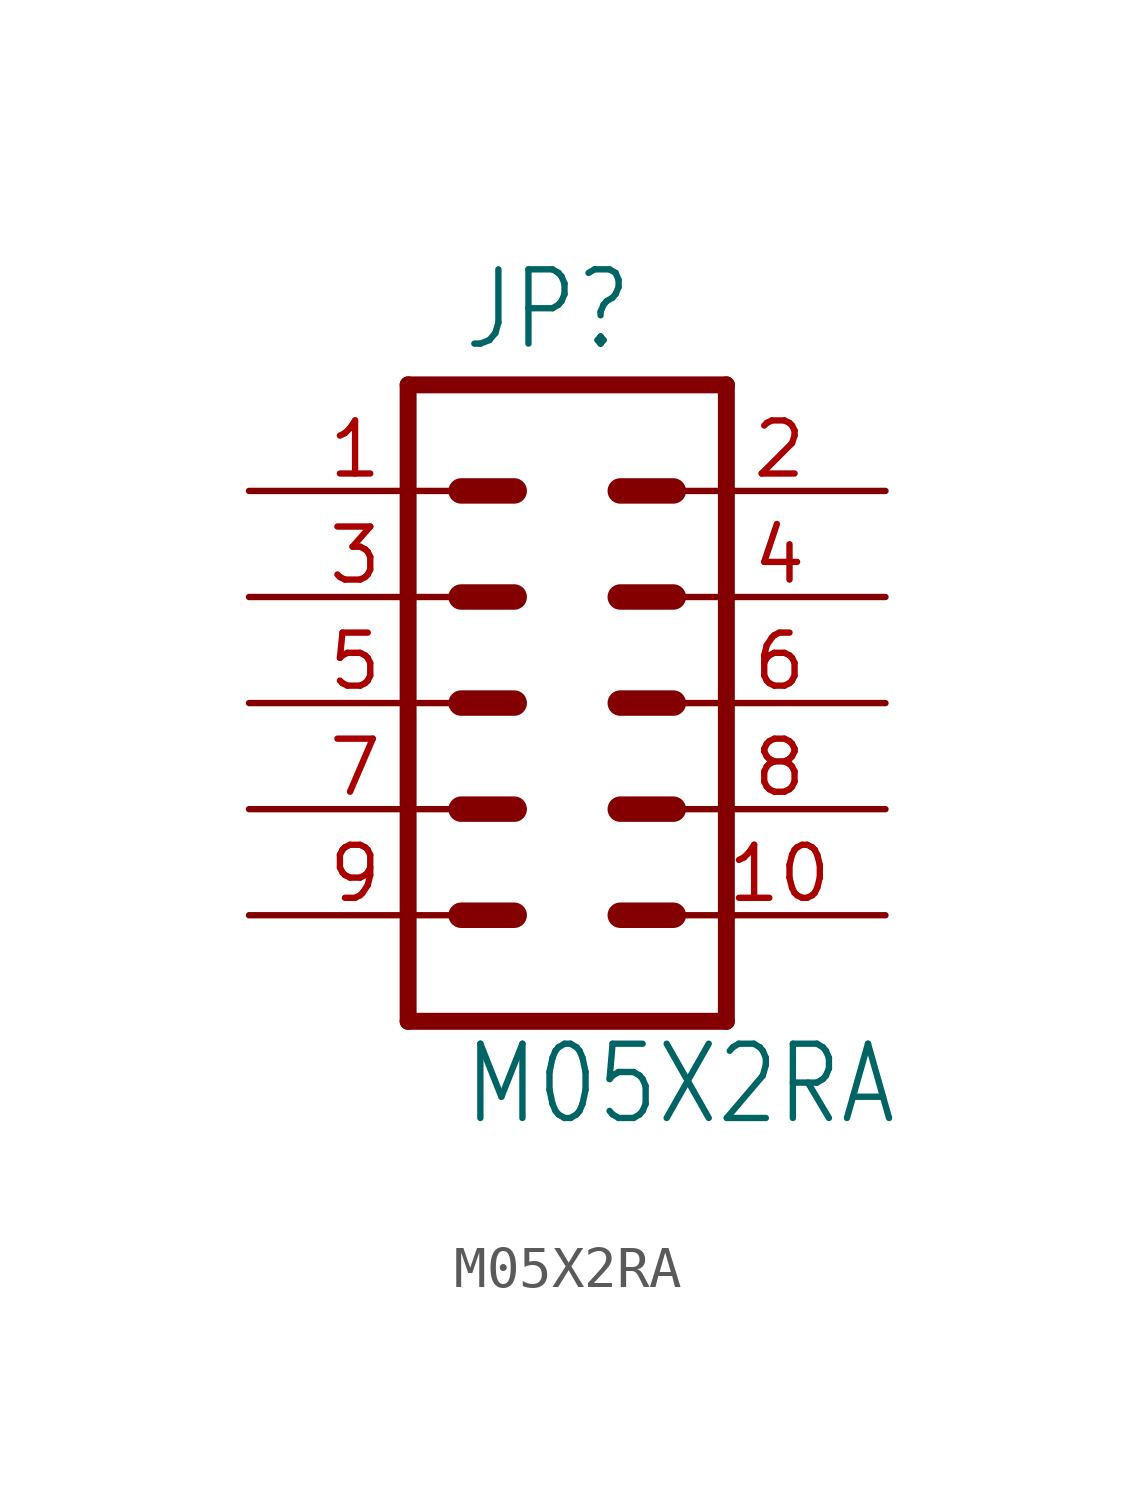
<source format=kicad_sym>
(kicad_symbol_lib
  (version 20211014)
  (generator kicad_symbol_editor)
  (symbol "M05X2RA"
    (property "Reference" "JP"
      (at -2.54 8.382 0)
      (effects (font (size 1.778 1.511)) (justify left bottom)))
    (property "Value" "M05X2RA"
      (at -2.54 -10.16 0)
      (effects (font (size 1.778 1.511)) (justify left bottom)))
    (property "ki_locked" ""
      (at 0 0 0)
      (effects (font (size 1.27 1.27))))
    (symbol "M05X2RA_1_0"
      (polyline (pts (xy -3.81 7.62) (xy -3.81 -7.62)) (stroke (width 0.406) (type default) (color 0 0 0 0)) (fill (type none)))
      (polyline (pts (xy -3.81 7.62) (xy 3.81 7.62)) (stroke (width 0.406) (type default) (color 0 0 0 0)) (fill (type none)))
      (polyline (pts (xy -1.27 -5.08) (xy -2.54 -5.08)) (stroke (width 0.61) (type default) (color 0 0 0 0)) (fill (type none)))
      (polyline (pts (xy -1.27 -2.54) (xy -2.54 -2.54)) (stroke (width 0.61) (type default) (color 0 0 0 0)) (fill (type none)))
      (polyline (pts (xy -1.27 0) (xy -2.54 0)) (stroke (width 0.61) (type default) (color 0 0 0 0)) (fill (type none)))
      (polyline (pts (xy -1.27 2.54) (xy -2.54 2.54)) (stroke (width 0.61) (type default) (color 0 0 0 0)) (fill (type none)))
      (polyline (pts (xy -1.27 5.08) (xy -2.54 5.08)) (stroke (width 0.61) (type default) (color 0 0 0 0)) (fill (type none)))
      (polyline (pts (xy 1.27 -5.08) (xy 2.54 -5.08)) (stroke (width 0.61) (type default) (color 0 0 0 0)) (fill (type none)))
      (polyline (pts (xy 1.27 -2.54) (xy 2.54 -2.54)) (stroke (width 0.61) (type default) (color 0 0 0 0)) (fill (type none)))
      (polyline (pts (xy 1.27 0) (xy 2.54 0)) (stroke (width 0.61) (type default) (color 0 0 0 0)) (fill (type none)))
      (polyline (pts (xy 1.27 2.54) (xy 2.54 2.54)) (stroke (width 0.61) (type default) (color 0 0 0 0)) (fill (type none)))
      (polyline (pts (xy 1.27 5.08) (xy 2.54 5.08)) (stroke (width 0.61) (type default) (color 0 0 0 0)) (fill (type none)))
      (polyline (pts (xy 3.81 -7.62) (xy -3.81 -7.62)) (stroke (width 0.406) (type default) (color 0 0 0 0)) (fill (type none)))
      (polyline (pts (xy 3.81 -7.62) (xy 3.81 7.62)) (stroke (width 0.406) (type default) (color 0 0 0 0)) (fill (type none)))
      (pin passive line (at -7.62 5.08 0) (length 5.08) (name "1" (effects (font (size 0 0)))) (number "1" (effects (font (size 1.27 1.27)))))
      (pin passive line (at 7.62 -5.08 180) (length 5.08) (name "10" (effects (font (size 0 0)))) (number "10" (effects (font (size 1.27 1.27)))))
      (pin passive line (at 7.62 5.08 180) (length 5.08) (name "2" (effects (font (size 0 0)))) (number "2" (effects (font (size 1.27 1.27)))))
      (pin passive line (at -7.62 2.54 0) (length 5.08) (name "3" (effects (font (size 0 0)))) (number "3" (effects (font (size 1.27 1.27)))))
      (pin passive line (at 7.62 2.54 180) (length 5.08) (name "4" (effects (font (size 0 0)))) (number "4" (effects (font (size 1.27 1.27)))))
      (pin passive line (at -7.62 0 0) (length 5.08) (name "5" (effects (font (size 0 0)))) (number "5" (effects (font (size 1.27 1.27)))))
      (pin passive line (at 7.62 0 180) (length 5.08) (name "6" (effects (font (size 0 0)))) (number "6" (effects (font (size 1.27 1.27)))))
      (pin passive line (at -7.62 -2.54 0) (length 5.08) (name "7" (effects (font (size 0 0)))) (number "7" (effects (font (size 1.27 1.27)))))
      (pin passive line (at 7.62 -2.54 180) (length 5.08) (name "8" (effects (font (size 0 0)))) (number "8" (effects (font (size 1.27 1.27)))))
      (pin passive line (at -7.62 -5.08 0) (length 5.08) (name "9" (effects (font (size 0 0)))) (number "9" (effects (font (size 1.27 1.27))))))))
</source>
